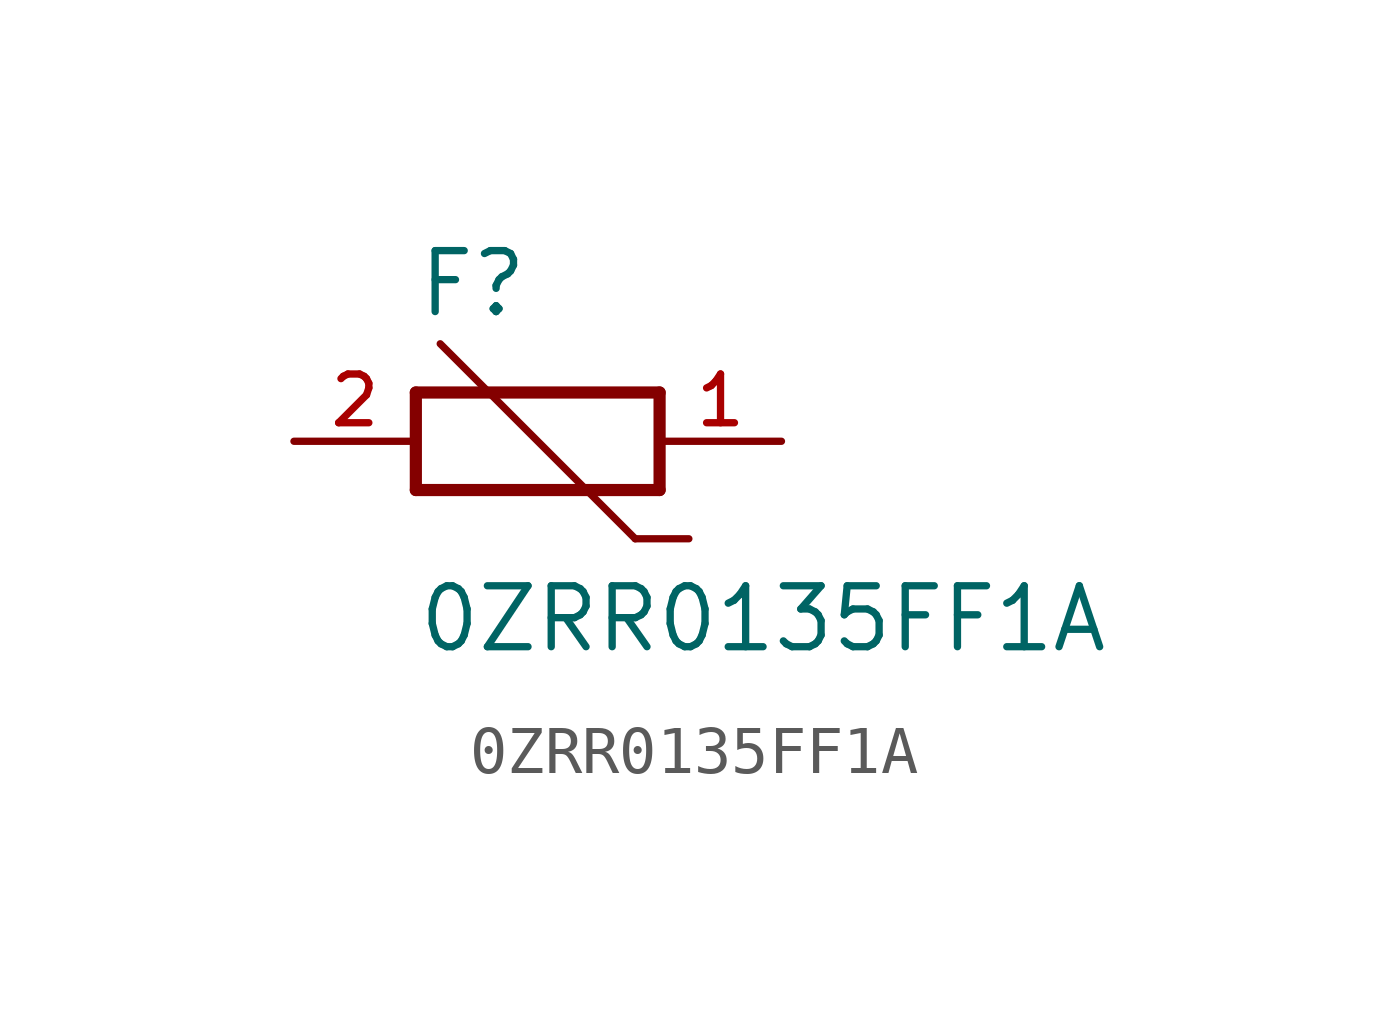
<source format=kicad_sym>
(kicad_symbol_lib
  (version 20211014)
  (generator kicad_symbol_editor)
  (symbol "0ZRR0135FF1A"
    (pin_names
      (offset 1.016))
    (property "Reference" "F"
      (at -2.54 2.54 0)
      (effects (font (size 1.27 1.27)) (justify bottom left)))
    (property "Value" "0ZRR0135FF1A"
      (at -2.54 -4.445 0)
      (effects (font (size 1.27 1.27)) (justify bottom left)))
    (symbol "0ZRR0135FF1A_0_0"
      (polyline (pts (xy 2.54 1.016) (xy 2.54 -1.016)) (stroke (width 0.254)))
      (polyline (pts (xy 2.54 -1.016) (xy -2.54 -1.016)) (stroke (width 0.254)))
      (polyline (pts (xy -2.54 -1.016) (xy -2.54 1.016)) (stroke (width 0.254)))
      (polyline (pts (xy -2.54 1.016) (xy 2.54 1.016)) (stroke (width 0.254)))
      (polyline (pts (xy 3.15 -2.032) (xy 2.032 -2.032)) (stroke (width 0.152)))
      (polyline (pts (xy 2.032 -2.032) (xy -2.032 2.032)) (stroke (width 0.152)))
      (pin passive line (at 5.08 0.0 180.0) (length 2.54) (name "~" (effects (font (size 1.016 1.016)))) (number "1" (effects (font (size 1.016 1.016)))))
      (pin passive line (at -5.08 0.0 0) (length 2.54) (name "~" (effects (font (size 1.016 1.016)))) (number "2" (effects (font (size 1.016 1.016))))))))
</source>
